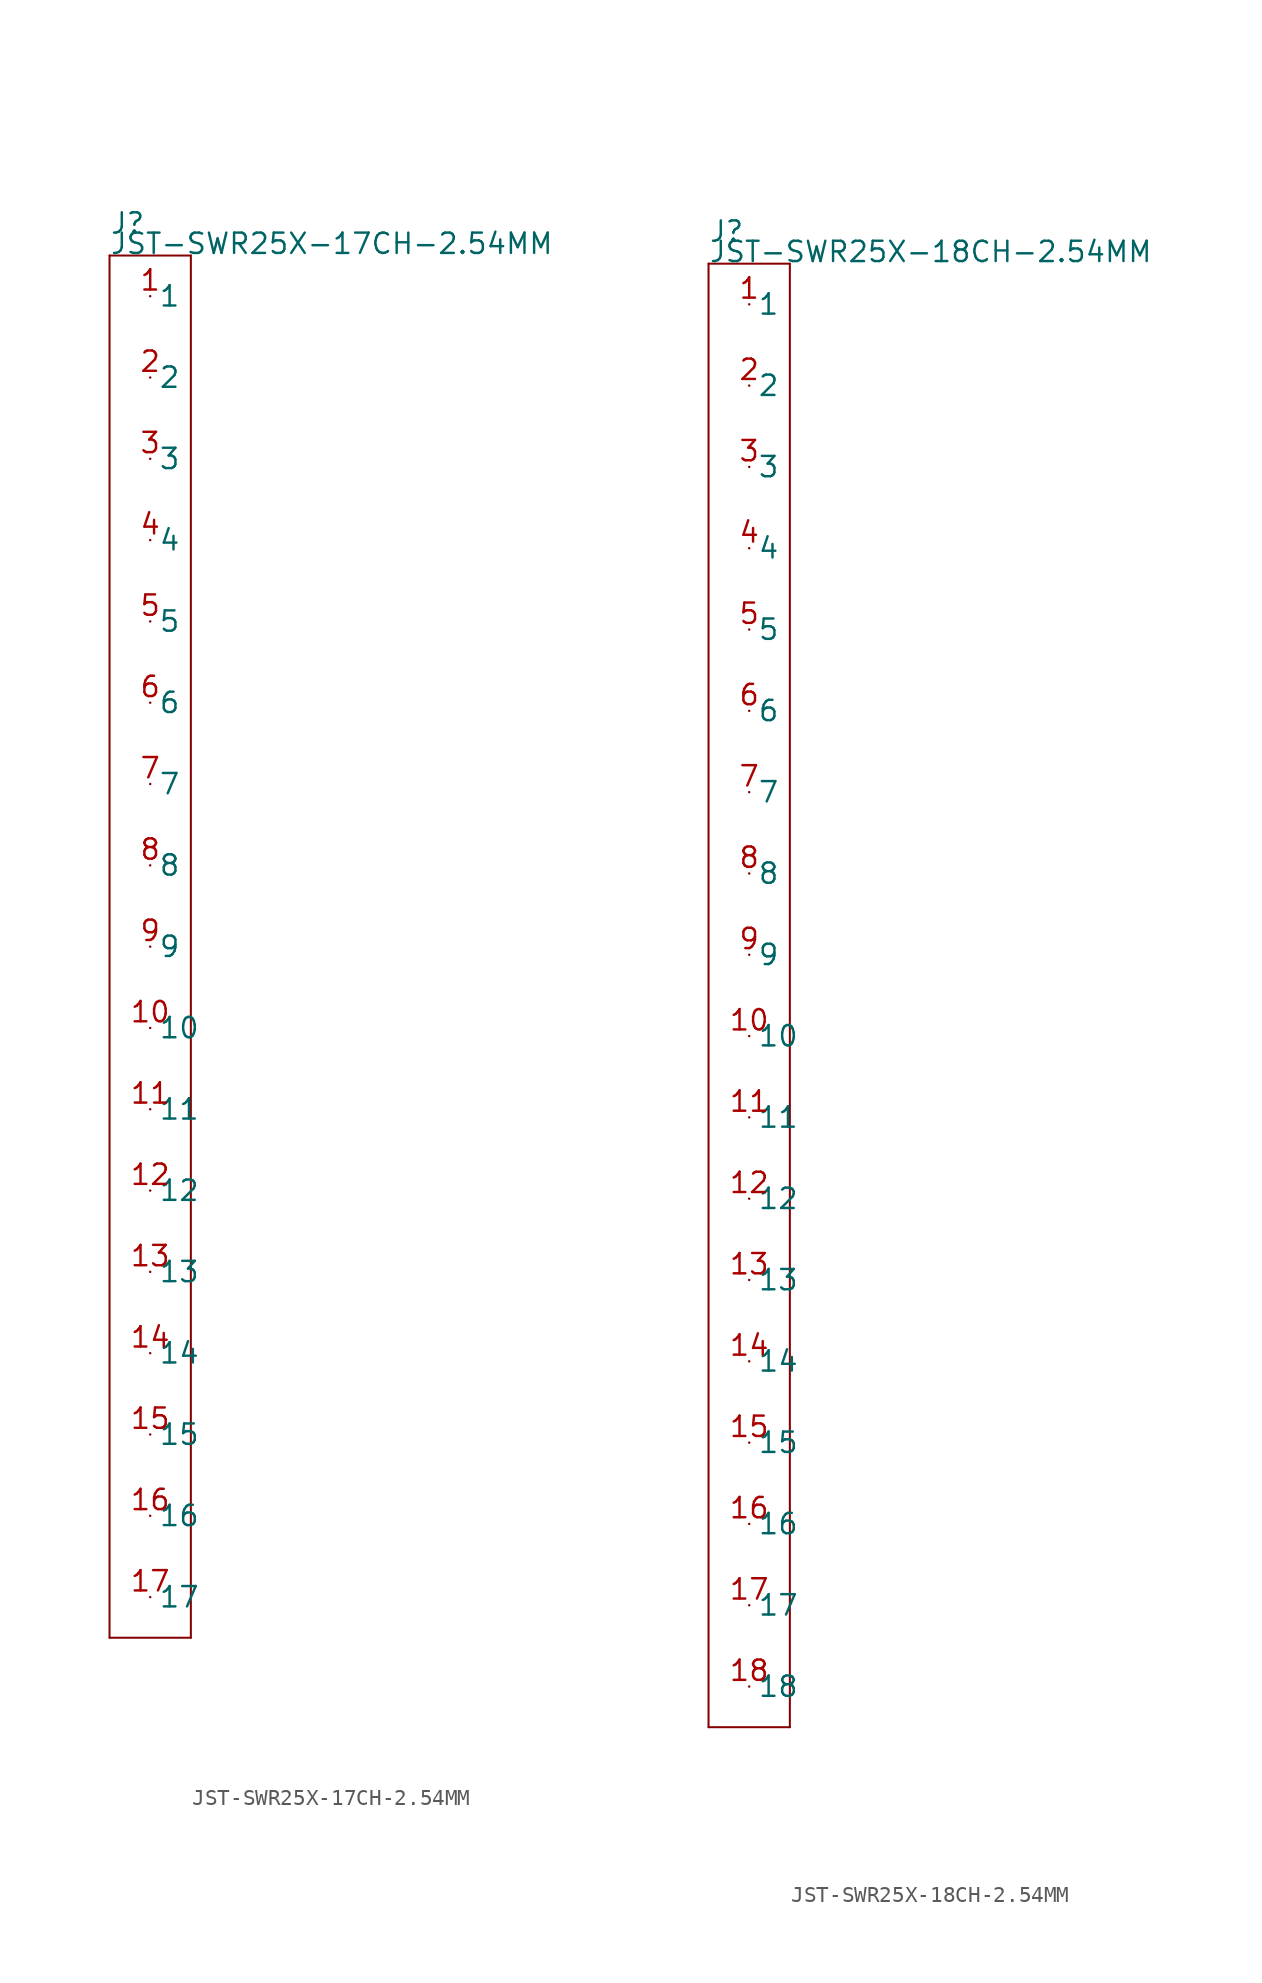
<source format=kicad_sym>
(kicad_symbol_lib
  (version 20211014)
  (generator kicad_symbol_editor)
  (symbol "JST-SWR25X-17CH-2.54MM"
    (pin_names)
    (property "Reference" "J"
      (at -2.54 44.45 0)
      (effects (font (size 1.27 1.27)) (justify left bottom)))
    (property "Value" "JST-SWR25X-17CH-2.54MM"
      (at -2.54 43.18 0)
      (effects (font (size 1.27 1.27)) (justify left bottom)))
    (property "Datasheet" ""
      (at 0 0 0))
    (property "ki_description" " JST 1x17  - Through Hole JST 17POS 2.54MM Technical Specifications: Pitch: 3.96mm "
      (at 0 0 0))
    (property "ki_fp_filters" "FlashPCB_Connectors:JST-SWR25X-NRTC-S17-ST-BA-THT-VERT-17CH-2.54MM FlashPCB_Connectors:JST-SWR25X-NRTC-S17-ST-BA-THT-VERT-17CH-2.54MM-NOSILK FlashPCB_Connectors:JST-SWR25X-NRTC-S17-RA-BA-THT-RA-17CH-2.54MM FlashPCB_Connectors:JST-SWR25X-NRTC-S17-RA-BA-THT-RA-17CH-2.54MM-NOSILK FlashPCB_Connectors:JST-SWR25X-NRTC-S17-ST-BA-THT-VERT-17CH-2.54MM-LONG FlashPCB_Connectors:JST-SWR25X-NRTC-S17-ST-BA-THT-VERT-17CH-2.54MM-LONG-NOSILK FlashPCB_Connectors:JST-SWR25X-NRTC-S17-RA-BA-THT-RA-17CH-2.54MM-LONG FlashPCB_Connectors:JST-SWR25X-NRTC-S17-RA-BA-THT-RA-17CH-2.54MM-LONG-NOSILK"
      (at 0 0 0))
    (symbol "JST-SWR25X-17CH-2.54MM_1_1"
      (polyline (pts (xy -2.54 43.18) (xy 2.54 43.18)) (stroke (width 0.127)) (fill (type none)))
      (polyline (pts (xy 2.54 43.18) (xy 2.54 -43.18)) (stroke (width 0.127)) (fill (type none)))
      (polyline (pts (xy 2.54 -43.18) (xy -2.54 -43.18)) (stroke (width 0.127)) (fill (type none)))
      (polyline (pts (xy -2.54 -43.18) (xy -2.54 43.18)) (stroke (width 0.127)) (fill (type none)))
      (pin bidirectional line (at 0 40.64 0) (length 0) (name "1" (effects (font (size 1.27 1.27)))) (number "1" (effects (font (size 1.27 1.27)))))
      (pin bidirectional line (at 0 35.56 0) (length 0) (name "2" (effects (font (size 1.27 1.27)))) (number "2" (effects (font (size 1.27 1.27)))))
      (pin bidirectional line (at 0 30.48 0) (length 0) (name "3" (effects (font (size 1.27 1.27)))) (number "3" (effects (font (size 1.27 1.27)))))
      (pin bidirectional line (at 0 25.4 0) (length 0) (name "4" (effects (font (size 1.27 1.27)))) (number "4" (effects (font (size 1.27 1.27)))))
      (pin bidirectional line (at 0 20.32 0) (length 0) (name "5" (effects (font (size 1.27 1.27)))) (number "5" (effects (font (size 1.27 1.27)))))
      (pin bidirectional line (at 0 15.24 0) (length 0) (name "6" (effects (font (size 1.27 1.27)))) (number "6" (effects (font (size 1.27 1.27)))))
      (pin bidirectional line (at 0 10.16 0) (length 0) (name "7" (effects (font (size 1.27 1.27)))) (number "7" (effects (font (size 1.27 1.27)))))
      (pin bidirectional line (at 0 5.08 0) (length 0) (name "8" (effects (font (size 1.27 1.27)))) (number "8" (effects (font (size 1.27 1.27)))))
      (pin bidirectional line (at 0 0 0) (length 0) (name "9" (effects (font (size 1.27 1.27)))) (number "9" (effects (font (size 1.27 1.27)))))
      (pin bidirectional line (at 0 -5.08 0) (length 0) (name "10" (effects (font (size 1.27 1.27)))) (number "10" (effects (font (size 1.27 1.27)))))
      (pin bidirectional line (at 0 -10.16 0) (length 0) (name "11" (effects (font (size 1.27 1.27)))) (number "11" (effects (font (size 1.27 1.27)))))
      (pin bidirectional line (at 0 -15.24 0) (length 0) (name "12" (effects (font (size 1.27 1.27)))) (number "12" (effects (font (size 1.27 1.27)))))
      (pin bidirectional line (at 0 -20.32 0) (length 0) (name "13" (effects (font (size 1.27 1.27)))) (number "13" (effects (font (size 1.27 1.27)))))
      (pin bidirectional line (at 0 -25.4 0) (length 0) (name "14" (effects (font (size 1.27 1.27)))) (number "14" (effects (font (size 1.27 1.27)))))
      (pin bidirectional line (at 0 -30.48 0) (length 0) (name "15" (effects (font (size 1.27 1.27)))) (number "15" (effects (font (size 1.27 1.27)))))
      (pin bidirectional line (at 0 -35.56 0) (length 0) (name "16" (effects (font (size 1.27 1.27)))) (number "16" (effects (font (size 1.27 1.27)))))
      (pin bidirectional line (at 0 -40.64 0) (length 0) (name "17" (effects (font (size 1.27 1.27)))) (number "17" (effects (font (size 1.27 1.27)))))))
  (symbol "JST-SWR25X-18CH-2.54MM"
    (pin_names)
    (property "Reference" "J"
      (at -2.54 46.99 0)
      (effects (font (size 1.27 1.27)) (justify left bottom)))
    (property "Value" "JST-SWR25X-18CH-2.54MM"
      (at -2.54 45.72 0)
      (effects (font (size 1.27 1.27)) (justify left bottom)))
    (property "Datasheet" ""
      (at 0 0 0))
    (property "ki_description" " JST 1x18  - Through Hole JST 18POS 2.54MM Technical Specifications: Pitch: 3.96mm "
      (at 0 0 0))
    (property "ki_fp_filters" "FlashPCB_Connectors:JST-SWR25X-NRTC-S18-ST-BA-THT-VERT-18CH-2.54MM FlashPCB_Connectors:JST-SWR25X-NRTC-S18-ST-BA-THT-VERT-18CH-2.54MM-NOSILK FlashPCB_Connectors:JST-SWR25X-NRTC-S18-RA-BA-THT-RA-18CH-2.54MM FlashPCB_Connectors:JST-SWR25X-NRTC-S18-RA-BA-THT-RA-18CH-2.54MM-NOSILK FlashPCB_Connectors:JST-SWR25X-NRTC-S18-ST-BA-THT-VERT-18CH-2.54MM-LONG FlashPCB_Connectors:JST-SWR25X-NRTC-S18-ST-BA-THT-VERT-18CH-2.54MM-LONG-NOSILK FlashPCB_Connectors:JST-SWR25X-NRTC-S18-RA-BA-THT-RA-18CH-2.54MM-LONG FlashPCB_Connectors:JST-SWR25X-NRTC-S18-RA-BA-THT-RA-18CH-2.54MM-LONG-NOSILK"
      (at 0 0 0))
    (symbol "JST-SWR25X-18CH-2.54MM_1_1"
      (polyline (pts (xy -2.54 45.72) (xy 2.54 45.72)) (stroke (width 0.127)) (fill (type none)))
      (polyline (pts (xy 2.54 45.72) (xy 2.54 -45.72)) (stroke (width 0.127)) (fill (type none)))
      (polyline (pts (xy 2.54 -45.72) (xy -2.54 -45.72)) (stroke (width 0.127)) (fill (type none)))
      (polyline (pts (xy -2.54 -45.72) (xy -2.54 45.72)) (stroke (width 0.127)) (fill (type none)))
      (pin bidirectional line (at 0 43.18 0) (length 0) (name "1" (effects (font (size 1.27 1.27)))) (number "1" (effects (font (size 1.27 1.27)))))
      (pin bidirectional line (at 0 38.1 0) (length 0) (name "2" (effects (font (size 1.27 1.27)))) (number "2" (effects (font (size 1.27 1.27)))))
      (pin bidirectional line (at 0 33.02 0) (length 0) (name "3" (effects (font (size 1.27 1.27)))) (number "3" (effects (font (size 1.27 1.27)))))
      (pin bidirectional line (at 0 27.94 0) (length 0) (name "4" (effects (font (size 1.27 1.27)))) (number "4" (effects (font (size 1.27 1.27)))))
      (pin bidirectional line (at 0 22.86 0) (length 0) (name "5" (effects (font (size 1.27 1.27)))) (number "5" (effects (font (size 1.27 1.27)))))
      (pin bidirectional line (at 0 17.78 0) (length 0) (name "6" (effects (font (size 1.27 1.27)))) (number "6" (effects (font (size 1.27 1.27)))))
      (pin bidirectional line (at 0 12.7 0) (length 0) (name "7" (effects (font (size 1.27 1.27)))) (number "7" (effects (font (size 1.27 1.27)))))
      (pin bidirectional line (at 0 7.62 0) (length 0) (name "8" (effects (font (size 1.27 1.27)))) (number "8" (effects (font (size 1.27 1.27)))))
      (pin bidirectional line (at 0 2.54 0) (length 0) (name "9" (effects (font (size 1.27 1.27)))) (number "9" (effects (font (size 1.27 1.27)))))
      (pin bidirectional line (at 0 -2.54 0) (length 0) (name "10" (effects (font (size 1.27 1.27)))) (number "10" (effects (font (size 1.27 1.27)))))
      (pin bidirectional line (at 0 -7.62 0) (length 0) (name "11" (effects (font (size 1.27 1.27)))) (number "11" (effects (font (size 1.27 1.27)))))
      (pin bidirectional line (at 0 -12.7 0) (length 0) (name "12" (effects (font (size 1.27 1.27)))) (number "12" (effects (font (size 1.27 1.27)))))
      (pin bidirectional line (at 0 -17.78 0) (length 0) (name "13" (effects (font (size 1.27 1.27)))) (number "13" (effects (font (size 1.27 1.27)))))
      (pin bidirectional line (at 0 -22.86 0) (length 0) (name "14" (effects (font (size 1.27 1.27)))) (number "14" (effects (font (size 1.27 1.27)))))
      (pin bidirectional line (at 0 -27.94 0) (length 0) (name "15" (effects (font (size 1.27 1.27)))) (number "15" (effects (font (size 1.27 1.27)))))
      (pin bidirectional line (at 0 -33.02 0) (length 0) (name "16" (effects (font (size 1.27 1.27)))) (number "16" (effects (font (size 1.27 1.27)))))
      (pin bidirectional line (at 0 -38.1 0) (length 0) (name "17" (effects (font (size 1.27 1.27)))) (number "17" (effects (font (size 1.27 1.27)))))
      (pin bidirectional line (at 0 -43.18 0) (length 0) (name "18" (effects (font (size 1.27 1.27)))) (number "18" (effects (font (size 1.27 1.27))))))))
</source>
